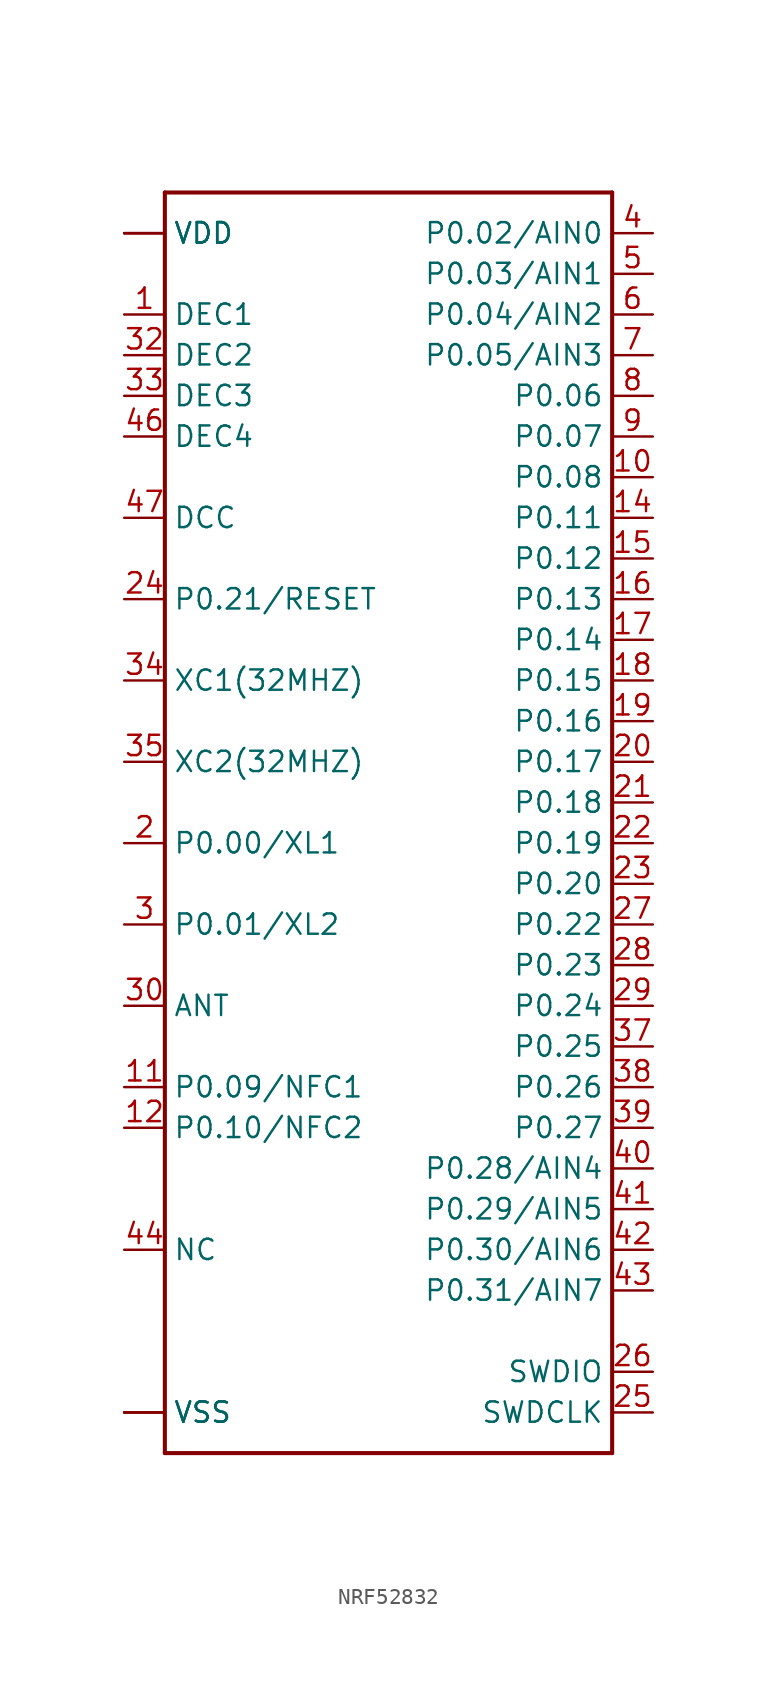
<source format=kicad_sym>
(kicad_symbol_lib
  (version 20220914)
  (generator kicad_symbol_editor)
  (symbol "NRF52832"
    (property "Reference" "U"
      (at -15.24 38.354 0)
      (effects (font (size 1.778 1.511)) (justify left bottom) hide))
    (property "ki_locked" ""
      (at 0 0 0)
      (effects (font (size 1.27 1.27))))
    (symbol "NRF52832_1_0"
      (polyline (pts (xy -15.24 -40.64) (xy -15.24 38.1)) (stroke (width 0.254) (type solid)) (fill (type none)))
      (polyline (pts (xy -15.24 38.1) (xy 12.7 38.1)) (stroke (width 0.254) (type solid)) (fill (type none)))
      (polyline (pts (xy 12.7 -40.64) (xy -15.24 -40.64)) (stroke (width 0.254) (type solid)) (fill (type none)))
      (polyline (pts (xy 12.7 38.1) (xy 12.7 -40.64)) (stroke (width 0.254) (type solid)) (fill (type none)))
      (pin bidirectional line (at -17.78 30.48 0) (length 2.54) (name "DEC1" (effects (font (size 1.27 1.27)))) (number "1" (effects (font (size 1.27 1.27)))))
      (pin bidirectional line (at 15.24 20.32 180) (length 2.54) (name "P0.08" (effects (font (size 1.27 1.27)))) (number "10" (effects (font (size 1.27 1.27)))))
      (pin bidirectional line (at -17.78 -17.78 0) (length 2.54) (name "P0.09/NFC1" (effects (font (size 1.27 1.27)))) (number "11" (effects (font (size 1.27 1.27)))))
      (pin bidirectional line (at -17.78 -20.32 0) (length 2.54) (name "P0.10/NFC2" (effects (font (size 1.27 1.27)))) (number "12" (effects (font (size 1.27 1.27)))))
      (pin bidirectional line (at -17.78 35.56 0) (length 2.54) (name "VDD" (effects (font (size 1.27 1.27)))) (number "13" (effects (font (size 0 0)))))
      (pin bidirectional line (at 15.24 17.78 180) (length 2.54) (name "P0.11" (effects (font (size 1.27 1.27)))) (number "14" (effects (font (size 1.27 1.27)))))
      (pin bidirectional line (at 15.24 15.24 180) (length 2.54) (name "P0.12" (effects (font (size 1.27 1.27)))) (number "15" (effects (font (size 1.27 1.27)))))
      (pin bidirectional line (at 15.24 12.7 180) (length 2.54) (name "P0.13" (effects (font (size 1.27 1.27)))) (number "16" (effects (font (size 1.27 1.27)))))
      (pin bidirectional line (at 15.24 10.16 180) (length 2.54) (name "P0.14" (effects (font (size 1.27 1.27)))) (number "17" (effects (font (size 1.27 1.27)))))
      (pin bidirectional line (at 15.24 7.62 180) (length 2.54) (name "P0.15" (effects (font (size 1.27 1.27)))) (number "18" (effects (font (size 1.27 1.27)))))
      (pin bidirectional line (at 15.24 5.08 180) (length 2.54) (name "P0.16" (effects (font (size 1.27 1.27)))) (number "19" (effects (font (size 1.27 1.27)))))
      (pin bidirectional line (at -17.78 -2.54 0) (length 2.54) (name "P0.00/XL1" (effects (font (size 1.27 1.27)))) (number "2" (effects (font (size 1.27 1.27)))))
      (pin bidirectional line (at 15.24 2.54 180) (length 2.54) (name "P0.17" (effects (font (size 1.27 1.27)))) (number "20" (effects (font (size 1.27 1.27)))))
      (pin bidirectional line (at 15.24 0 180) (length 2.54) (name "P0.18" (effects (font (size 1.27 1.27)))) (number "21" (effects (font (size 1.27 1.27)))))
      (pin bidirectional line (at 15.24 -2.54 180) (length 2.54) (name "P0.19" (effects (font (size 1.27 1.27)))) (number "22" (effects (font (size 1.27 1.27)))))
      (pin bidirectional line (at 15.24 -5.08 180) (length 2.54) (name "P0.20" (effects (font (size 1.27 1.27)))) (number "23" (effects (font (size 1.27 1.27)))))
      (pin bidirectional line (at -17.78 12.7 0) (length 2.54) (name "P0.21/RESET" (effects (font (size 1.27 1.27)))) (number "24" (effects (font (size 1.27 1.27)))))
      (pin bidirectional line (at 15.24 -38.1 180) (length 2.54) (name "SWDCLK" (effects (font (size 1.27 1.27)))) (number "25" (effects (font (size 1.27 1.27)))))
      (pin bidirectional line (at 15.24 -35.56 180) (length 2.54) (name "SWDIO" (effects (font (size 1.27 1.27)))) (number "26" (effects (font (size 1.27 1.27)))))
      (pin bidirectional line (at 15.24 -7.62 180) (length 2.54) (name "P0.22" (effects (font (size 1.27 1.27)))) (number "27" (effects (font (size 1.27 1.27)))))
      (pin bidirectional line (at 15.24 -10.16 180) (length 2.54) (name "P0.23" (effects (font (size 1.27 1.27)))) (number "28" (effects (font (size 1.27 1.27)))))
      (pin bidirectional line (at 15.24 -12.7 180) (length 2.54) (name "P0.24" (effects (font (size 1.27 1.27)))) (number "29" (effects (font (size 1.27 1.27)))))
      (pin bidirectional line (at -17.78 -7.62 0) (length 2.54) (name "P0.01/XL2" (effects (font (size 1.27 1.27)))) (number "3" (effects (font (size 1.27 1.27)))))
      (pin bidirectional line (at -17.78 -12.7 0) (length 2.54) (name "ANT" (effects (font (size 1.27 1.27)))) (number "30" (effects (font (size 1.27 1.27)))))
      (pin bidirectional line (at -17.78 -38.1 0) (length 2.54) (name "VSS" (effects (font (size 1.27 1.27)))) (number "31" (effects (font (size 0 0)))))
      (pin bidirectional line (at -17.78 27.94 0) (length 2.54) (name "DEC2" (effects (font (size 1.27 1.27)))) (number "32" (effects (font (size 1.27 1.27)))))
      (pin bidirectional line (at -17.78 25.4 0) (length 2.54) (name "DEC3" (effects (font (size 1.27 1.27)))) (number "33" (effects (font (size 1.27 1.27)))))
      (pin bidirectional line (at -17.78 7.62 0) (length 2.54) (name "XC1(32MHZ)" (effects (font (size 1.27 1.27)))) (number "34" (effects (font (size 1.27 1.27)))))
      (pin bidirectional line (at -17.78 2.54 0) (length 2.54) (name "XC2(32MHZ)" (effects (font (size 1.27 1.27)))) (number "35" (effects (font (size 1.27 1.27)))))
      (pin bidirectional line (at -17.78 35.56 0) (length 2.54) (name "VDD" (effects (font (size 1.27 1.27)))) (number "36" (effects (font (size 0 0)))))
      (pin bidirectional line (at 15.24 -15.24 180) (length 2.54) (name "P0.25" (effects (font (size 1.27 1.27)))) (number "37" (effects (font (size 1.27 1.27)))))
      (pin bidirectional line (at 15.24 -17.78 180) (length 2.54) (name "P0.26" (effects (font (size 1.27 1.27)))) (number "38" (effects (font (size 1.27 1.27)))))
      (pin bidirectional line (at 15.24 -20.32 180) (length 2.54) (name "P0.27" (effects (font (size 1.27 1.27)))) (number "39" (effects (font (size 1.27 1.27)))))
      (pin bidirectional line (at 15.24 35.56 180) (length 2.54) (name "P0.02/AIN0" (effects (font (size 1.27 1.27)))) (number "4" (effects (font (size 1.27 1.27)))))
      (pin bidirectional line (at 15.24 -22.86 180) (length 2.54) (name "P0.28/AIN4" (effects (font (size 1.27 1.27)))) (number "40" (effects (font (size 1.27 1.27)))))
      (pin bidirectional line (at 15.24 -25.4 180) (length 2.54) (name "P0.29/AIN5" (effects (font (size 1.27 1.27)))) (number "41" (effects (font (size 1.27 1.27)))))
      (pin bidirectional line (at 15.24 -27.94 180) (length 2.54) (name "P0.30/AIN6" (effects (font (size 1.27 1.27)))) (number "42" (effects (font (size 1.27 1.27)))))
      (pin bidirectional line (at 15.24 -30.48 180) (length 2.54) (name "P0.31/AIN7" (effects (font (size 1.27 1.27)))) (number "43" (effects (font (size 1.27 1.27)))))
      (pin bidirectional line (at -17.78 -27.94 0) (length 2.54) (name "NC" (effects (font (size 1.27 1.27)))) (number "44" (effects (font (size 1.27 1.27)))))
      (pin bidirectional line (at -17.78 -38.1 0) (length 2.54) (name "VSS" (effects (font (size 1.27 1.27)))) (number "45" (effects (font (size 0 0)))))
      (pin bidirectional line (at -17.78 22.86 0) (length 2.54) (name "DEC4" (effects (font (size 1.27 1.27)))) (number "46" (effects (font (size 1.27 1.27)))))
      (pin bidirectional line (at -17.78 17.78 0) (length 2.54) (name "DCC" (effects (font (size 1.27 1.27)))) (number "47" (effects (font (size 1.27 1.27)))))
      (pin bidirectional line (at -17.78 35.56 0) (length 2.54) (name "VDD" (effects (font (size 1.27 1.27)))) (number "48" (effects (font (size 0 0)))))
      (pin bidirectional line (at 15.24 33.02 180) (length 2.54) (name "P0.03/AIN1" (effects (font (size 1.27 1.27)))) (number "5" (effects (font (size 1.27 1.27)))))
      (pin bidirectional line (at 15.24 30.48 180) (length 2.54) (name "P0.04/AIN2" (effects (font (size 1.27 1.27)))) (number "6" (effects (font (size 1.27 1.27)))))
      (pin bidirectional line (at 15.24 27.94 180) (length 2.54) (name "P0.05/AIN3" (effects (font (size 1.27 1.27)))) (number "7" (effects (font (size 1.27 1.27)))))
      (pin bidirectional line (at 15.24 25.4 180) (length 2.54) (name "P0.06" (effects (font (size 1.27 1.27)))) (number "8" (effects (font (size 1.27 1.27)))))
      (pin bidirectional line (at 15.24 22.86 180) (length 2.54) (name "P0.07" (effects (font (size 1.27 1.27)))) (number "9" (effects (font (size 1.27 1.27)))))
      (pin bidirectional line (at -17.78 -38.1 0) (length 2.54) (name "VSS" (effects (font (size 1.27 1.27)))) (number "EP" (effects (font (size 0 0))))))))
</source>
